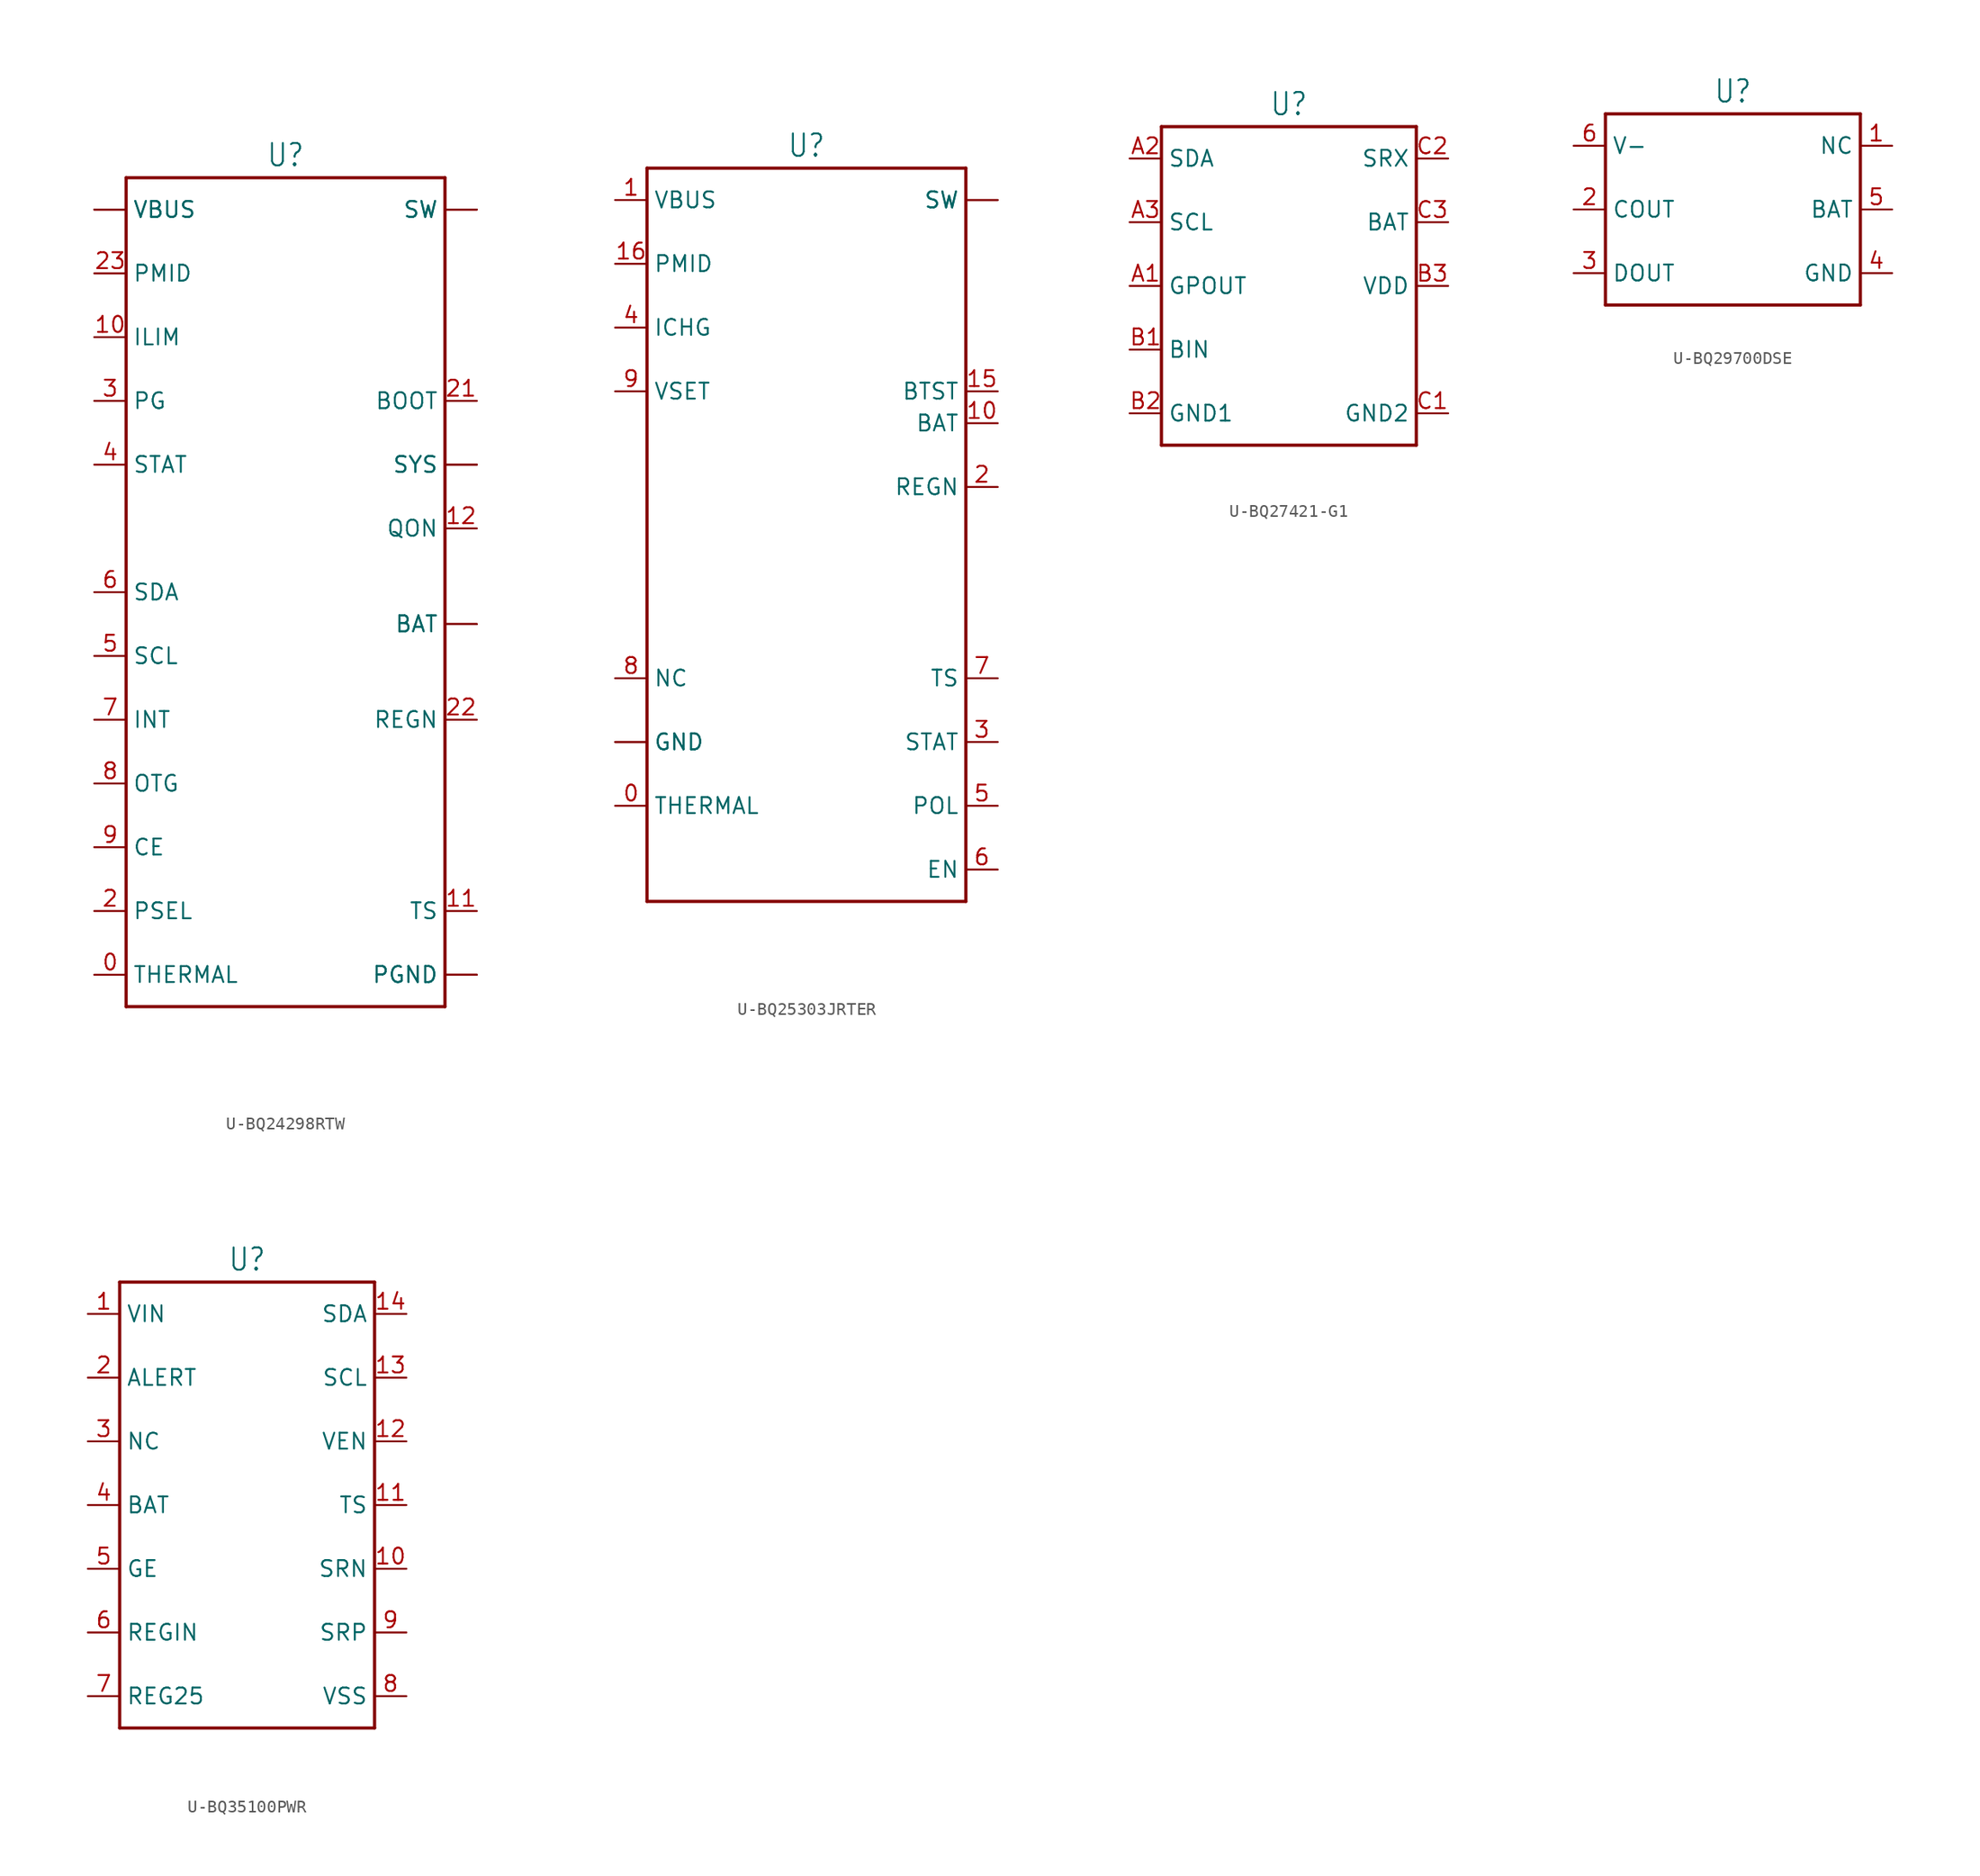
<source format=kicad_sym>
(kicad_symbol_lib
  (version 20231120)
  (generator "kicad_symbol_editor")
  (generator_version "8.0")
  (symbol "U-BQ24298RTW"
    (property "Reference" "U"
      (at 0 33.782 0)
      (effects (font (size 1.778 1.511)) (justify bottom)))
    (property "Value" ""
      (at 0 -33.782 0)
      (effects (font (size 1.778 1.511)) (justify top)))
    (property "ki_locked" ""
      (at 0 0 0)
      (effects (font (size 1.27 1.27))))
    (symbol "U-BQ24298RTW_1_0"
      (polyline (pts (xy -12.7 -33.02) (xy 12.7 -33.02)) (stroke (width 0.254) (type solid)) (fill (type none)))
      (polyline (pts (xy -12.7 33.02) (xy -12.7 -33.02)) (stroke (width 0.254) (type solid)) (fill (type none)))
      (polyline (pts (xy 12.7 -33.02) (xy 12.7 33.02)) (stroke (width 0.254) (type solid)) (fill (type none)))
      (polyline (pts (xy 12.7 33.02) (xy -12.7 33.02)) (stroke (width 0.254) (type solid)) (fill (type none)))
      (pin passive line (at -15.24 -30.48 0) (length 2.54) (name "THERMAL" (effects (font (size 1.27 1.27)))) (number "0" (effects (font (size 1.27 1.27)))))
      (pin passive line (at -15.24 30.48 0) (length 2.54) (name "VBUS" (effects (font (size 1.27 1.27)))) (number "1" (effects (font (size 0 0)))))
      (pin passive line (at -15.24 20.32 0) (length 2.54) (name "ILIM" (effects (font (size 1.27 1.27)))) (number "10" (effects (font (size 1.27 1.27)))))
      (pin passive line (at 15.24 -25.4 180) (length 2.54) (name "TS" (effects (font (size 1.27 1.27)))) (number "11" (effects (font (size 1.27 1.27)))))
      (pin passive line (at 15.24 5.08 180) (length 2.54) (name "QON" (effects (font (size 1.27 1.27)))) (number "12" (effects (font (size 1.27 1.27)))))
      (pin passive line (at 15.24 -2.54 180) (length 2.54) (name "BAT" (effects (font (size 1.27 1.27)))) (number "13" (effects (font (size 0 0)))))
      (pin passive line (at 15.24 -2.54 180) (length 2.54) (name "BAT" (effects (font (size 1.27 1.27)))) (number "14" (effects (font (size 0 0)))))
      (pin passive line (at 15.24 10.16 180) (length 2.54) (name "SYS" (effects (font (size 1.27 1.27)))) (number "15" (effects (font (size 0 0)))))
      (pin passive line (at 15.24 10.16 180) (length 2.54) (name "SYS" (effects (font (size 1.27 1.27)))) (number "16" (effects (font (size 0 0)))))
      (pin passive line (at 15.24 -30.48 180) (length 2.54) (name "PGND" (effects (font (size 1.27 1.27)))) (number "17" (effects (font (size 0 0)))))
      (pin passive line (at 15.24 -30.48 180) (length 2.54) (name "PGND" (effects (font (size 1.27 1.27)))) (number "18" (effects (font (size 0 0)))))
      (pin passive line (at 15.24 30.48 180) (length 2.54) (name "SW" (effects (font (size 1.27 1.27)))) (number "19" (effects (font (size 0 0)))))
      (pin passive line (at -15.24 -25.4 0) (length 2.54) (name "PSEL" (effects (font (size 1.27 1.27)))) (number "2" (effects (font (size 1.27 1.27)))))
      (pin passive line (at 15.24 30.48 180) (length 2.54) (name "SW" (effects (font (size 1.27 1.27)))) (number "20" (effects (font (size 0 0)))))
      (pin passive line (at 15.24 15.24 180) (length 2.54) (name "BOOT" (effects (font (size 1.27 1.27)))) (number "21" (effects (font (size 1.27 1.27)))))
      (pin passive line (at 15.24 -10.16 180) (length 2.54) (name "REGN" (effects (font (size 1.27 1.27)))) (number "22" (effects (font (size 1.27 1.27)))))
      (pin passive line (at -15.24 25.4 0) (length 2.54) (name "PMID" (effects (font (size 1.27 1.27)))) (number "23" (effects (font (size 1.27 1.27)))))
      (pin passive line (at -15.24 30.48 0) (length 2.54) (name "VBUS" (effects (font (size 1.27 1.27)))) (number "24" (effects (font (size 0 0)))))
      (pin passive line (at -15.24 15.24 0) (length 2.54) (name "PG" (effects (font (size 1.27 1.27)))) (number "3" (effects (font (size 1.27 1.27)))))
      (pin passive line (at -15.24 10.16 0) (length 2.54) (name "STAT" (effects (font (size 1.27 1.27)))) (number "4" (effects (font (size 1.27 1.27)))))
      (pin passive line (at -15.24 -5.08 0) (length 2.54) (name "SCL" (effects (font (size 1.27 1.27)))) (number "5" (effects (font (size 1.27 1.27)))))
      (pin passive line (at -15.24 0 0) (length 2.54) (name "SDA" (effects (font (size 1.27 1.27)))) (number "6" (effects (font (size 1.27 1.27)))))
      (pin passive line (at -15.24 -10.16 0) (length 2.54) (name "INT" (effects (font (size 1.27 1.27)))) (number "7" (effects (font (size 1.27 1.27)))))
      (pin passive line (at -15.24 -15.24 0) (length 2.54) (name "OTG" (effects (font (size 1.27 1.27)))) (number "8" (effects (font (size 1.27 1.27)))))
      (pin passive line (at -15.24 -20.32 0) (length 2.54) (name "CE" (effects (font (size 1.27 1.27)))) (number "9" (effects (font (size 1.27 1.27)))))))
  (symbol "U-BQ25303JRTER"
    (property "Reference" "U"
      (at 0 31.242 0)
      (effects (font (size 1.778 1.511)) (justify bottom)))
    (property "Value" ""
      (at 0 -28.702 0)
      (effects (font (size 1.778 1.511)) (justify top)))
    (property "ki_locked" ""
      (at 0 0 0)
      (effects (font (size 1.27 1.27))))
    (symbol "U-BQ25303JRTER_1_0"
      (polyline (pts (xy -12.7 -27.94) (xy -12.7 30.48)) (stroke (width 0.254) (type solid)) (fill (type none)))
      (polyline (pts (xy -12.7 30.48) (xy 12.7 30.48)) (stroke (width 0.254) (type solid)) (fill (type none)))
      (polyline (pts (xy 12.7 -27.94) (xy -12.7 -27.94)) (stroke (width 0.254) (type solid)) (fill (type none)))
      (polyline (pts (xy 12.7 30.48) (xy 12.7 -27.94)) (stroke (width 0.254) (type solid)) (fill (type none)))
      (pin passive line (at -15.24 -20.32 0) (length 2.54) (name "THERMAL" (effects (font (size 1.27 1.27)))) (number "0" (effects (font (size 1.27 1.27)))))
      (pin passive line (at -15.24 27.94 0) (length 2.54) (name "VBUS" (effects (font (size 1.27 1.27)))) (number "1" (effects (font (size 1.27 1.27)))))
      (pin passive line (at 15.24 10.16 180) (length 2.54) (name "BAT" (effects (font (size 1.27 1.27)))) (number "10" (effects (font (size 1.27 1.27)))))
      (pin passive line (at -15.24 -15.24 0) (length 2.54) (name "GND" (effects (font (size 1.27 1.27)))) (number "11" (effects (font (size 0 0)))))
      (pin passive line (at -15.24 -15.24 0) (length 2.54) (name "GND" (effects (font (size 1.27 1.27)))) (number "12" (effects (font (size 0 0)))))
      (pin passive line (at 15.24 27.94 180) (length 2.54) (name "SW" (effects (font (size 1.27 1.27)))) (number "13" (effects (font (size 0 0)))))
      (pin passive line (at 15.24 27.94 180) (length 2.54) (name "SW" (effects (font (size 1.27 1.27)))) (number "14" (effects (font (size 0 0)))))
      (pin passive line (at 15.24 12.7 180) (length 2.54) (name "BTST" (effects (font (size 1.27 1.27)))) (number "15" (effects (font (size 1.27 1.27)))))
      (pin passive line (at -15.24 22.86 0) (length 2.54) (name "PMID" (effects (font (size 1.27 1.27)))) (number "16" (effects (font (size 1.27 1.27)))))
      (pin passive line (at 15.24 5.08 180) (length 2.54) (name "REGN" (effects (font (size 1.27 1.27)))) (number "2" (effects (font (size 1.27 1.27)))))
      (pin passive line (at 15.24 -15.24 180) (length 2.54) (name "STAT" (effects (font (size 1.27 1.27)))) (number "3" (effects (font (size 1.27 1.27)))))
      (pin passive line (at -15.24 17.78 0) (length 2.54) (name "ICHG" (effects (font (size 1.27 1.27)))) (number "4" (effects (font (size 1.27 1.27)))))
      (pin passive line (at 15.24 -20.32 180) (length 2.54) (name "POL" (effects (font (size 1.27 1.27)))) (number "5" (effects (font (size 1.27 1.27)))))
      (pin passive line (at 15.24 -25.4 180) (length 2.54) (name "EN" (effects (font (size 1.27 1.27)))) (number "6" (effects (font (size 1.27 1.27)))))
      (pin passive line (at 15.24 -10.16 180) (length 2.54) (name "TS" (effects (font (size 1.27 1.27)))) (number "7" (effects (font (size 1.27 1.27)))))
      (pin passive line (at -15.24 -10.16 0) (length 2.54) (name "NC" (effects (font (size 1.27 1.27)))) (number "8" (effects (font (size 1.27 1.27)))))
      (pin passive line (at -15.24 12.7 0) (length 2.54) (name "VSET" (effects (font (size 1.27 1.27)))) (number "9" (effects (font (size 1.27 1.27)))))))
  (symbol "U-BQ27421-G1"
    (property "Reference" "U"
      (at 0 13.462 0)
      (effects (font (size 1.778 1.511)) (justify bottom)))
    (property "Value" ""
      (at 0 -13.462 0)
      (effects (font (size 1.778 1.511)) (justify top)))
    (property "ki_locked" ""
      (at 0 0 0)
      (effects (font (size 1.27 1.27))))
    (symbol "U-BQ27421-G1_1_0"
      (polyline (pts (xy -10.16 -12.7) (xy -10.16 12.7)) (stroke (width 0.254) (type solid)) (fill (type none)))
      (polyline (pts (xy -10.16 12.7) (xy 10.16 12.7)) (stroke (width 0.254) (type solid)) (fill (type none)))
      (polyline (pts (xy 10.16 -12.7) (xy -10.16 -12.7)) (stroke (width 0.254) (type solid)) (fill (type none)))
      (polyline (pts (xy 10.16 12.7) (xy 10.16 -12.7)) (stroke (width 0.254) (type solid)) (fill (type none)))
      (pin passive line (at -12.7 0 0) (length 2.54) (name "GPOUT" (effects (font (size 1.27 1.27)))) (number "A1" (effects (font (size 1.27 1.27)))))
      (pin passive line (at -12.7 10.16 0) (length 2.54) (name "SDA" (effects (font (size 1.27 1.27)))) (number "A2" (effects (font (size 1.27 1.27)))))
      (pin passive line (at -12.7 5.08 0) (length 2.54) (name "SCL" (effects (font (size 1.27 1.27)))) (number "A3" (effects (font (size 1.27 1.27)))))
      (pin passive line (at -12.7 -5.08 0) (length 2.54) (name "BIN" (effects (font (size 1.27 1.27)))) (number "B1" (effects (font (size 1.27 1.27)))))
      (pin passive line (at -12.7 -10.16 0) (length 2.54) (name "GND1" (effects (font (size 1.27 1.27)))) (number "B2" (effects (font (size 1.27 1.27)))))
      (pin passive line (at 12.7 0 180) (length 2.54) (name "VDD" (effects (font (size 1.27 1.27)))) (number "B3" (effects (font (size 1.27 1.27)))))
      (pin passive line (at 12.7 -10.16 180) (length 2.54) (name "GND2" (effects (font (size 1.27 1.27)))) (number "C1" (effects (font (size 1.27 1.27)))))
      (pin passive line (at 12.7 10.16 180) (length 2.54) (name "SRX" (effects (font (size 1.27 1.27)))) (number "C2" (effects (font (size 1.27 1.27)))))
      (pin passive line (at 12.7 5.08 180) (length 2.54) (name "BAT" (effects (font (size 1.27 1.27)))) (number "C3" (effects (font (size 1.27 1.27)))))))
  (symbol "U-BQ29700DSE"
    (property "Reference" "U"
      (at 0 8.382 0)
      (effects (font (size 1.778 1.511)) (justify bottom)))
    (property "Value" ""
      (at 0 -8.382 0)
      (effects (font (size 1.778 1.511)) (justify top)))
    (property "ki_locked" ""
      (at 0 0 0)
      (effects (font (size 1.27 1.27))))
    (symbol "U-BQ29700DSE_1_0"
      (polyline (pts (xy -10.16 -7.62) (xy -10.16 7.62)) (stroke (width 0.254) (type solid)) (fill (type none)))
      (polyline (pts (xy -10.16 7.62) (xy 10.16 7.62)) (stroke (width 0.254) (type solid)) (fill (type none)))
      (polyline (pts (xy 10.16 -7.62) (xy -10.16 -7.62)) (stroke (width 0.254) (type solid)) (fill (type none)))
      (polyline (pts (xy 10.16 7.62) (xy 10.16 -7.62)) (stroke (width 0.254) (type solid)) (fill (type none)))
      (pin passive line (at 12.7 5.08 180) (length 2.54) (name "NC" (effects (font (size 1.27 1.27)))) (number "1" (effects (font (size 1.27 1.27)))))
      (pin passive line (at -12.7 0 0) (length 2.54) (name "COUT" (effects (font (size 1.27 1.27)))) (number "2" (effects (font (size 1.27 1.27)))))
      (pin passive line (at -12.7 -5.08 0) (length 2.54) (name "DOUT" (effects (font (size 1.27 1.27)))) (number "3" (effects (font (size 1.27 1.27)))))
      (pin passive line (at 12.7 -5.08 180) (length 2.54) (name "GND" (effects (font (size 1.27 1.27)))) (number "4" (effects (font (size 1.27 1.27)))))
      (pin passive line (at 12.7 0 180) (length 2.54) (name "BAT" (effects (font (size 1.27 1.27)))) (number "5" (effects (font (size 1.27 1.27)))))
      (pin passive line (at -12.7 5.08 0) (length 2.54) (name "V-" (effects (font (size 1.27 1.27)))) (number "6" (effects (font (size 1.27 1.27)))))))
  (symbol "U-BQ35100PWR"
    (property "Reference" "U"
      (at 0 18.542 0)
      (effects (font (size 1.778 1.511)) (justify bottom)))
    (property "Value" ""
      (at 0 -18.542 0)
      (effects (font (size 1.778 1.511)) (justify top)))
    (property "ki_locked" ""
      (at 0 0 0)
      (effects (font (size 1.27 1.27))))
    (symbol "U-BQ35100PWR_1_0"
      (polyline (pts (xy -10.16 -17.78) (xy -10.16 17.78)) (stroke (width 0.254) (type solid)) (fill (type none)))
      (polyline (pts (xy -10.16 17.78) (xy 10.16 17.78)) (stroke (width 0.254) (type solid)) (fill (type none)))
      (polyline (pts (xy 10.16 -17.78) (xy -10.16 -17.78)) (stroke (width 0.254) (type solid)) (fill (type none)))
      (polyline (pts (xy 10.16 17.78) (xy 10.16 -17.78)) (stroke (width 0.254) (type solid)) (fill (type none)))
      (pin passive line (at -12.7 15.24 0) (length 2.54) (name "VIN" (effects (font (size 1.27 1.27)))) (number "1" (effects (font (size 1.27 1.27)))))
      (pin passive line (at 12.7 -5.08 180) (length 2.54) (name "SRN" (effects (font (size 1.27 1.27)))) (number "10" (effects (font (size 1.27 1.27)))))
      (pin passive line (at 12.7 0 180) (length 2.54) (name "TS" (effects (font (size 1.27 1.27)))) (number "11" (effects (font (size 1.27 1.27)))))
      (pin passive line (at 12.7 5.08 180) (length 2.54) (name "VEN" (effects (font (size 1.27 1.27)))) (number "12" (effects (font (size 1.27 1.27)))))
      (pin passive line (at 12.7 10.16 180) (length 2.54) (name "SCL" (effects (font (size 1.27 1.27)))) (number "13" (effects (font (size 1.27 1.27)))))
      (pin passive line (at 12.7 15.24 180) (length 2.54) (name "SDA" (effects (font (size 1.27 1.27)))) (number "14" (effects (font (size 1.27 1.27)))))
      (pin passive line (at -12.7 10.16 0) (length 2.54) (name "ALERT" (effects (font (size 1.27 1.27)))) (number "2" (effects (font (size 1.27 1.27)))))
      (pin passive line (at -12.7 5.08 0) (length 2.54) (name "NC" (effects (font (size 1.27 1.27)))) (number "3" (effects (font (size 1.27 1.27)))))
      (pin passive line (at -12.7 0 0) (length 2.54) (name "BAT" (effects (font (size 1.27 1.27)))) (number "4" (effects (font (size 1.27 1.27)))))
      (pin passive line (at -12.7 -5.08 0) (length 2.54) (name "GE" (effects (font (size 1.27 1.27)))) (number "5" (effects (font (size 1.27 1.27)))))
      (pin passive line (at -12.7 -10.16 0) (length 2.54) (name "REGIN" (effects (font (size 1.27 1.27)))) (number "6" (effects (font (size 1.27 1.27)))))
      (pin passive line (at -12.7 -15.24 0) (length 2.54) (name "REG25" (effects (font (size 1.27 1.27)))) (number "7" (effects (font (size 1.27 1.27)))))
      (pin passive line (at 12.7 -15.24 180) (length 2.54) (name "VSS" (effects (font (size 1.27 1.27)))) (number "8" (effects (font (size 1.27 1.27)))))
      (pin passive line (at 12.7 -10.16 180) (length 2.54) (name "SRP" (effects (font (size 1.27 1.27)))) (number "9" (effects (font (size 1.27 1.27))))))))
</source>
